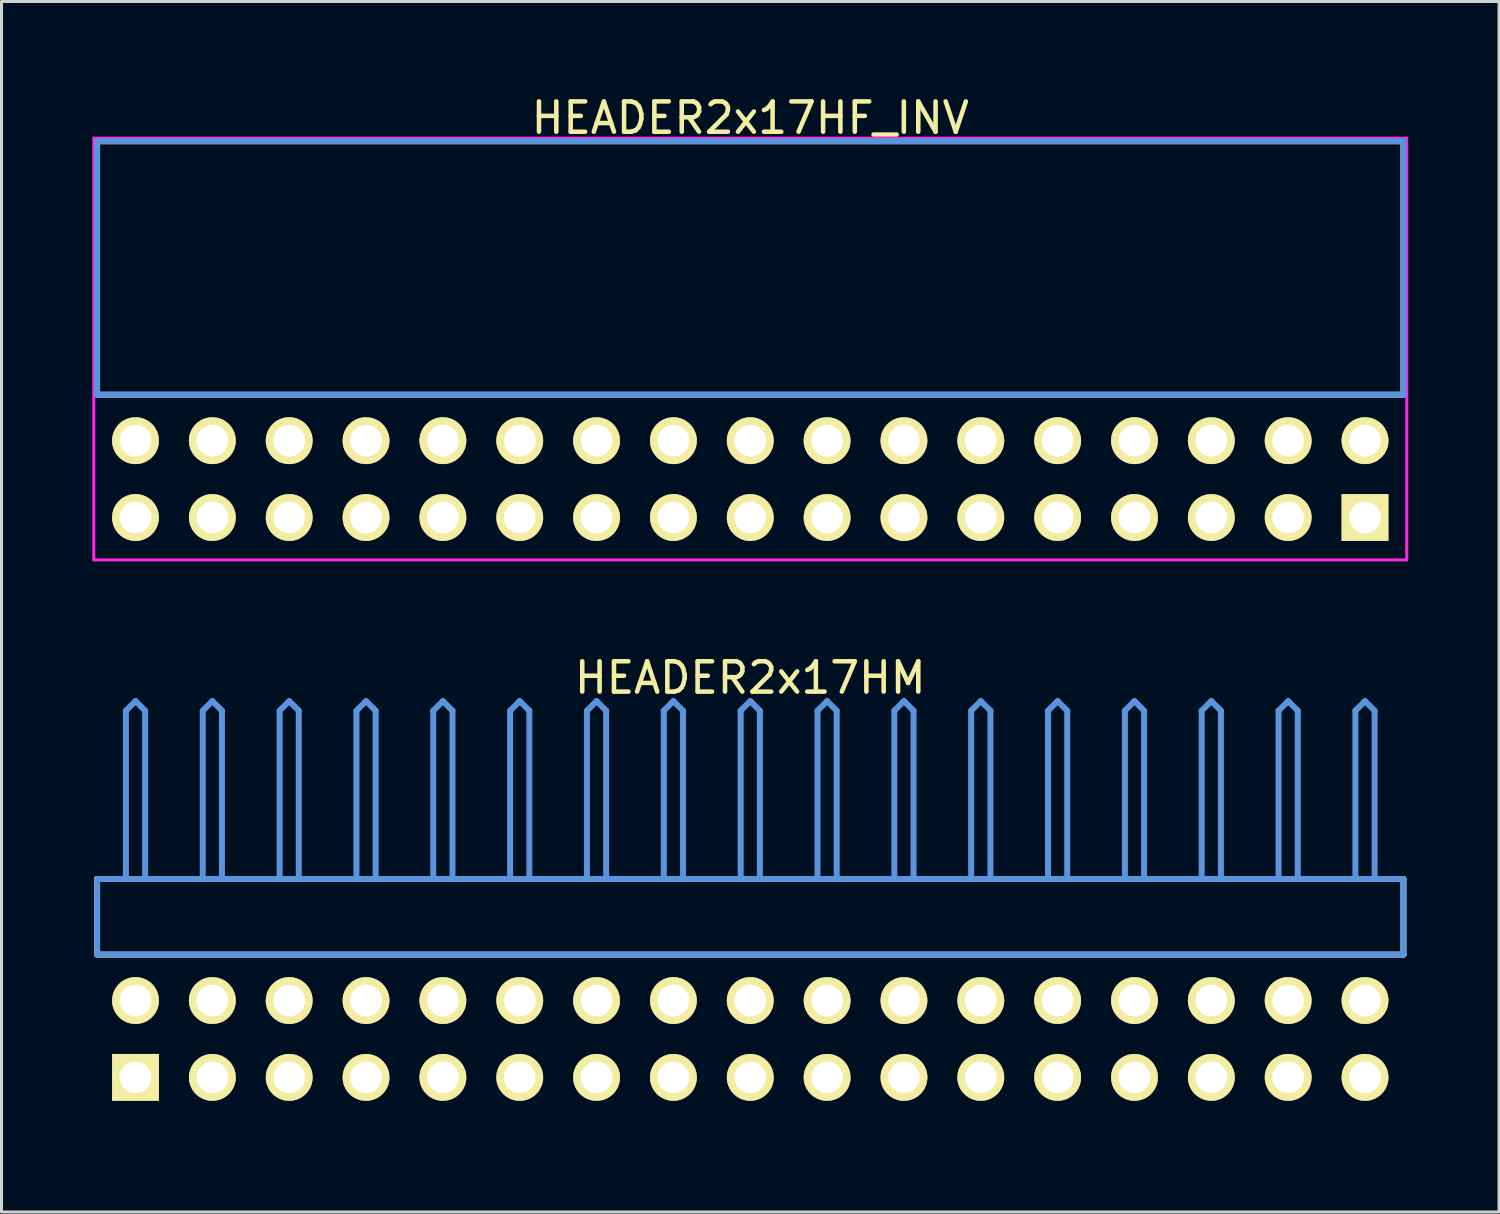
<source format=kicad_pcb>
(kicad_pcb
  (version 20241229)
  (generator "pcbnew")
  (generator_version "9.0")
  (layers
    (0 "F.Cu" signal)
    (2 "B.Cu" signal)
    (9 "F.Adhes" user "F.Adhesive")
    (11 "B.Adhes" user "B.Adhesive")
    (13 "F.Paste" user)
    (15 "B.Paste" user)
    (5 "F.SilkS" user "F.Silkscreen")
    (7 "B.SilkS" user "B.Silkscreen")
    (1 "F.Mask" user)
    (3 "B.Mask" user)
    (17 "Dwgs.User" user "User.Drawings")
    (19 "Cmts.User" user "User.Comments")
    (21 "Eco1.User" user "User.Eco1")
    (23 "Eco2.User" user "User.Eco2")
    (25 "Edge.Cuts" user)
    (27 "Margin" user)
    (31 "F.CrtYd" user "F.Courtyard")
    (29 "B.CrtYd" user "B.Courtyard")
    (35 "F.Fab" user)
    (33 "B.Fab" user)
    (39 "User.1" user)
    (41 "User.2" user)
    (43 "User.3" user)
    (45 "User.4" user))
  (footprint "HEADER2x17HM"
    (layer "F.Cu")
    (at 1.429 32.562)
    (property "Reference" "HEADER2x17HM" (at 20.32 -13.208 0) (layer "F.SilkS") (effects (font (size 1.001 1.001) (thickness 0.15))))
    (attr through_hole)
    (fp_line (start -1.27 -6.558) (end -1.27 -4.059) (stroke (width 0.198) (type solid)) (layer "F.SilkS"))
    (fp_line (start -1.27 -4.059) (end 41.91 -4.059) (stroke (width 0.198) (type solid)) (layer "F.SilkS"))
    (fp_line (start 41.91 -6.558) (end -1.27 -6.558) (stroke (width 0.198) (type solid)) (layer "F.SilkS"))
    (fp_line (start 41.91 -4.059) (end 41.91 -6.558) (stroke (width 0.198) (type solid)) (layer "F.SilkS"))
    (fp_line (start -1.27 -6.558) (end -1.27 -4.059) (stroke (width 0.198) (type solid)) (layer "Cmts.User"))
    (fp_line (start -1.27 -4.059) (end 41.91 -4.059) (stroke (width 0.198) (type solid)) (layer "Cmts.User"))
    (fp_line (start -0.318 -12.121) (end 0 -12.438) (stroke (width 0.198) (type solid)) (layer "Cmts.User"))
    (fp_line (start -0.318 -6.599) (end -0.318 -12.121) (stroke (width 0.198) (type solid)) (layer "Cmts.User"))
    (fp_line (start 0.318 -12.121) (end 0 -12.438) (stroke (width 0.198) (type solid)) (layer "Cmts.User"))
    (fp_line (start 0.318 -6.599) (end 0.318 -12.121) (stroke (width 0.198) (type solid)) (layer "Cmts.User"))
    (fp_line (start 2.223 -12.121) (end 2.54 -12.438) (stroke (width 0.198) (type solid)) (layer "Cmts.User"))
    (fp_line (start 2.223 -6.599) (end 2.223 -12.121) (stroke (width 0.198) (type solid)) (layer "Cmts.User"))
    (fp_line (start 2.857 -12.121) (end 2.54 -12.438) (stroke (width 0.198) (type solid)) (layer "Cmts.User"))
    (fp_line (start 2.857 -6.599) (end 2.857 -12.121) (stroke (width 0.198) (type solid)) (layer "Cmts.User"))
    (fp_line (start 4.763 -12.121) (end 5.08 -12.438) (stroke (width 0.198) (type solid)) (layer "Cmts.User"))
    (fp_line (start 4.763 -6.599) (end 4.763 -12.121) (stroke (width 0.198) (type solid)) (layer "Cmts.User"))
    (fp_line (start 5.397 -12.121) (end 5.08 -12.438) (stroke (width 0.198) (type solid)) (layer "Cmts.User"))
    (fp_line (start 5.397 -6.599) (end 5.397 -12.121) (stroke (width 0.198) (type solid)) (layer "Cmts.User"))
    (fp_line (start 7.303 -12.121) (end 7.62 -12.438) (stroke (width 0.198) (type solid)) (layer "Cmts.User"))
    (fp_line (start 7.303 -6.599) (end 7.303 -12.121) (stroke (width 0.198) (type solid)) (layer "Cmts.User"))
    (fp_line (start 7.938 -12.121) (end 7.62 -12.438) (stroke (width 0.198) (type solid)) (layer "Cmts.User"))
    (fp_line (start 7.938 -6.599) (end 7.938 -12.121) (stroke (width 0.198) (type solid)) (layer "Cmts.User"))
    (fp_line (start 9.842 -12.121) (end 10.16 -12.438) (stroke (width 0.198) (type solid)) (layer "Cmts.User"))
    (fp_line (start 9.842 -6.599) (end 9.842 -12.121) (stroke (width 0.198) (type solid)) (layer "Cmts.User"))
    (fp_line (start 10.477 -12.121) (end 10.16 -12.438) (stroke (width 0.198) (type solid)) (layer "Cmts.User"))
    (fp_line (start 10.477 -6.599) (end 10.477 -12.121) (stroke (width 0.198) (type solid)) (layer "Cmts.User"))
    (fp_line (start 12.383 -12.121) (end 12.7 -12.438) (stroke (width 0.198) (type solid)) (layer "Cmts.User"))
    (fp_line (start 12.383 -6.599) (end 12.383 -12.121) (stroke (width 0.198) (type solid)) (layer "Cmts.User"))
    (fp_line (start 13.018 -12.121) (end 12.7 -12.438) (stroke (width 0.198) (type solid)) (layer "Cmts.User"))
    (fp_line (start 13.018 -6.599) (end 13.018 -12.121) (stroke (width 0.198) (type solid)) (layer "Cmts.User"))
    (fp_line (start 14.922 -12.121) (end 15.24 -12.438) (stroke (width 0.198) (type solid)) (layer "Cmts.User"))
    (fp_line (start 14.922 -6.599) (end 14.922 -12.121) (stroke (width 0.198) (type solid)) (layer "Cmts.User"))
    (fp_line (start 15.557 -12.121) (end 15.24 -12.438) (stroke (width 0.198) (type solid)) (layer "Cmts.User"))
    (fp_line (start 15.557 -6.599) (end 15.557 -12.121) (stroke (width 0.198) (type solid)) (layer "Cmts.User"))
    (fp_line (start 17.462 -12.121) (end 17.78 -12.438) (stroke (width 0.198) (type solid)) (layer "Cmts.User"))
    (fp_line (start 17.462 -6.599) (end 17.462 -12.121) (stroke (width 0.198) (type solid)) (layer "Cmts.User"))
    (fp_line (start 18.098 -12.121) (end 17.78 -12.438) (stroke (width 0.198) (type solid)) (layer "Cmts.User"))
    (fp_line (start 18.098 -6.599) (end 18.098 -12.121) (stroke (width 0.198) (type solid)) (layer "Cmts.User"))
    (fp_line (start 20.003 -12.121) (end 20.32 -12.438) (stroke (width 0.198) (type solid)) (layer "Cmts.User"))
    (fp_line (start 20.003 -6.599) (end 20.003 -12.121) (stroke (width 0.198) (type solid)) (layer "Cmts.User"))
    (fp_line (start 20.637 -12.121) (end 20.32 -12.438) (stroke (width 0.198) (type solid)) (layer "Cmts.User"))
    (fp_line (start 20.637 -6.599) (end 20.637 -12.121) (stroke (width 0.198) (type solid)) (layer "Cmts.User"))
    (fp_line (start 22.543 -12.121) (end 22.86 -12.438) (stroke (width 0.198) (type solid)) (layer "Cmts.User"))
    (fp_line (start 22.543 -6.599) (end 22.543 -12.121) (stroke (width 0.198) (type solid)) (layer "Cmts.User"))
    (fp_line (start 23.177 -12.121) (end 22.86 -12.438) (stroke (width 0.198) (type solid)) (layer "Cmts.User"))
    (fp_line (start 23.177 -6.599) (end 23.177 -12.121) (stroke (width 0.198) (type solid)) (layer "Cmts.User"))
    (fp_line (start 25.082 -12.121) (end 25.4 -12.438) (stroke (width 0.198) (type solid)) (layer "Cmts.User"))
    (fp_line (start 25.082 -6.599) (end 25.082 -12.121) (stroke (width 0.198) (type solid)) (layer "Cmts.User"))
    (fp_line (start 25.718 -12.121) (end 25.4 -12.438) (stroke (width 0.198) (type solid)) (layer "Cmts.User"))
    (fp_line (start 25.718 -6.599) (end 25.718 -12.121) (stroke (width 0.198) (type solid)) (layer "Cmts.User"))
    (fp_line (start 27.622 -12.121) (end 27.94 -12.438) (stroke (width 0.198) (type solid)) (layer "Cmts.User"))
    (fp_line (start 27.622 -6.599) (end 27.622 -12.121) (stroke (width 0.198) (type solid)) (layer "Cmts.User"))
    (fp_line (start 28.258 -12.121) (end 27.94 -12.438) (stroke (width 0.198) (type solid)) (layer "Cmts.User"))
    (fp_line (start 28.258 -6.599) (end 28.258 -12.121) (stroke (width 0.198) (type solid)) (layer "Cmts.User"))
    (fp_line (start 30.163 -12.121) (end 30.48 -12.438) (stroke (width 0.198) (type solid)) (layer "Cmts.User"))
    (fp_line (start 30.163 -6.599) (end 30.163 -12.121) (stroke (width 0.198) (type solid)) (layer "Cmts.User"))
    (fp_line (start 30.797 -12.121) (end 30.48 -12.438) (stroke (width 0.198) (type solid)) (layer "Cmts.User"))
    (fp_line (start 30.797 -6.599) (end 30.797 -12.121) (stroke (width 0.198) (type solid)) (layer "Cmts.User"))
    (fp_line (start 32.703 -12.121) (end 33.02 -12.438) (stroke (width 0.198) (type solid)) (layer "Cmts.User"))
    (fp_line (start 32.703 -6.599) (end 32.703 -12.121) (stroke (width 0.198) (type solid)) (layer "Cmts.User"))
    (fp_line (start 33.337 -12.121) (end 33.02 -12.438) (stroke (width 0.198) (type solid)) (layer "Cmts.User"))
    (fp_line (start 33.337 -6.599) (end 33.337 -12.121) (stroke (width 0.198) (type solid)) (layer "Cmts.User"))
    (fp_line (start 35.242 -12.121) (end 35.56 -12.438) (stroke (width 0.198) (type solid)) (layer "Cmts.User"))
    (fp_line (start 35.242 -6.599) (end 35.242 -12.121) (stroke (width 0.198) (type solid)) (layer "Cmts.User"))
    (fp_line (start 35.877 -12.121) (end 35.56 -12.438) (stroke (width 0.198) (type solid)) (layer "Cmts.User"))
    (fp_line (start 35.877 -6.599) (end 35.877 -12.121) (stroke (width 0.198) (type solid)) (layer "Cmts.User"))
    (fp_line (start 37.782 -12.121) (end 38.1 -12.438) (stroke (width 0.198) (type solid)) (layer "Cmts.User"))
    (fp_line (start 37.782 -6.599) (end 37.782 -12.121) (stroke (width 0.198) (type solid)) (layer "Cmts.User"))
    (fp_line (start 38.417 -12.121) (end 38.1 -12.438) (stroke (width 0.198) (type solid)) (layer "Cmts.User"))
    (fp_line (start 38.417 -6.599) (end 38.417 -12.121) (stroke (width 0.198) (type solid)) (layer "Cmts.User"))
    (fp_line (start 40.322 -12.121) (end 40.64 -12.438) (stroke (width 0.198) (type solid)) (layer "Cmts.User"))
    (fp_line (start 40.322 -6.599) (end 40.322 -12.121) (stroke (width 0.198) (type solid)) (layer "Cmts.User"))
    (fp_line (start 40.958 -12.121) (end 40.64 -12.438) (stroke (width 0.198) (type solid)) (layer "Cmts.User"))
    (fp_line (start 40.958 -6.599) (end 40.958 -12.121) (stroke (width 0.198) (type solid)) (layer "Cmts.User"))
    (fp_line (start 41.91 -6.558) (end -1.27 -6.558) (stroke (width 0.198) (type solid)) (layer "Cmts.User"))
    (fp_line (start 41.91 -4.059) (end 41.91 -6.558) (stroke (width 0.198) (type solid)) (layer "Cmts.User"))
    (fp_line (start -1.379 -12.54) (end 42.019 -12.54) (stroke (width 0.099) (type solid)) (layer "Eco1.User"))
    (fp_line (start -1.379 1.4) (end -1.379 -12.54) (stroke (width 0.099) (type solid)) (layer "Eco1.User"))
    (fp_line (start 42.019 -12.54) (end 42.019 1.4) (stroke (width 0.099) (type solid)) (layer "Eco1.User"))
    (fp_line (start 42.019 1.4) (end -1.379 1.4) (stroke (width 0.099) (type solid)) (layer "Eco1.User"))
    (pad "1" thru_hole rect (at 0 0) (size 1.549 1.549) (drill 1.049) (layers "*.Cu" "*.Mask" "F.SilkS"))
    (pad "2" thru_hole circle (at 0 -2.54) (size 1.549 1.549) (drill 1.049) (layers "*.Cu" "*.Mask" "F.SilkS"))
    (pad "3" thru_hole circle (at 2.54 0) (size 1.549 1.549) (drill 1.049) (layers "*.Cu" "*.Mask" "F.SilkS"))
    (pad "4" thru_hole circle (at 2.54 -2.54) (size 1.549 1.549) (drill 1.049) (layers "*.Cu" "*.Mask" "F.SilkS"))
    (pad "5" thru_hole circle (at 5.08 0) (size 1.549 1.549) (drill 1.049) (layers "*.Cu" "*.Mask" "F.SilkS"))
    (pad "6" thru_hole circle (at 5.08 -2.54) (size 1.549 1.549) (drill 1.049) (layers "*.Cu" "*.Mask" "F.SilkS"))
    (pad "7" thru_hole circle (at 7.62 0) (size 1.549 1.549) (drill 1.049) (layers "*.Cu" "*.Mask" "F.SilkS"))
    (pad "8" thru_hole circle (at 7.62 -2.54) (size 1.549 1.549) (drill 1.049) (layers "*.Cu" "*.Mask" "F.SilkS"))
    (pad "9" thru_hole circle (at 10.16 0) (size 1.549 1.549) (drill 1.049) (layers "*.Cu" "*.Mask" "F.SilkS"))
    (pad "10" thru_hole circle (at 10.16 -2.54) (size 1.549 1.549) (drill 1.049) (layers "*.Cu" "*.Mask" "F.SilkS"))
    (pad "11" thru_hole circle (at 12.7 0) (size 1.549 1.549) (drill 1.049) (layers "*.Cu" "*.Mask" "F.SilkS"))
    (pad "12" thru_hole circle (at 12.7 -2.54) (size 1.549 1.549) (drill 1.049) (layers "*.Cu" "*.Mask" "F.SilkS"))
    (pad "13" thru_hole circle (at 15.24 0) (size 1.549 1.549) (drill 1.049) (layers "*.Cu" "*.Mask" "F.SilkS"))
    (pad "14" thru_hole circle (at 15.24 -2.54) (size 1.549 1.549) (drill 1.049) (layers "*.Cu" "*.Mask" "F.SilkS"))
    (pad "15" thru_hole circle (at 17.78 0) (size 1.549 1.549) (drill 1.049) (layers "*.Cu" "*.Mask" "F.SilkS"))
    (pad "16" thru_hole circle (at 17.78 -2.54) (size 1.549 1.549) (drill 1.049) (layers "*.Cu" "*.Mask" "F.SilkS"))
    (pad "17" thru_hole circle (at 20.32 0) (size 1.549 1.549) (drill 1.049) (layers "*.Cu" "*.Mask" "F.SilkS"))
    (pad "18" thru_hole circle (at 20.32 -2.54) (size 1.549 1.549) (drill 1.049) (layers "*.Cu" "*.Mask" "F.SilkS"))
    (pad "19" thru_hole circle (at 22.86 0) (size 1.549 1.549) (drill 1.049) (layers "*.Cu" "*.Mask" "F.SilkS"))
    (pad "20" thru_hole circle (at 22.86 -2.54) (size 1.549 1.549) (drill 1.049) (layers "*.Cu" "*.Mask" "F.SilkS"))
    (pad "21" thru_hole circle (at 25.4 0) (size 1.549 1.549) (drill 1.049) (layers "*.Cu" "*.Mask" "F.SilkS"))
    (pad "22" thru_hole circle (at 25.4 -2.54) (size 1.549 1.549) (drill 1.049) (layers "*.Cu" "*.Mask" "F.SilkS"))
    (pad "23" thru_hole circle (at 27.94 0) (size 1.549 1.549) (drill 1.049) (layers "*.Cu" "*.Mask" "F.SilkS"))
    (pad "24" thru_hole circle (at 27.94 -2.54) (size 1.549 1.549) (drill 1.049) (layers "*.Cu" "*.Mask" "F.SilkS"))
    (pad "25" thru_hole circle (at 30.48 0) (size 1.549 1.549) (drill 1.049) (layers "*.Cu" "*.Mask" "F.SilkS"))
    (pad "26" thru_hole circle (at 30.48 -2.54) (size 1.549 1.549) (drill 1.049) (layers "*.Cu" "*.Mask" "F.SilkS"))
    (pad "27" thru_hole circle (at 33.02 0) (size 1.549 1.549) (drill 1.049) (layers "*.Cu" "*.Mask" "F.SilkS"))
    (pad "28" thru_hole circle (at 33.02 -2.54) (size 1.549 1.549) (drill 1.049) (layers "*.Cu" "*.Mask" "F.SilkS"))
    (pad "29" thru_hole circle (at 35.56 0) (size 1.549 1.549) (drill 1.049) (layers "*.Cu" "*.Mask" "F.SilkS"))
    (pad "30" thru_hole circle (at 35.56 -2.54) (size 1.549 1.549) (drill 1.049) (layers "*.Cu" "*.Mask" "F.SilkS"))
    (pad "31" thru_hole circle (at 38.1 0) (size 1.549 1.549) (drill 1.049) (layers "*.Cu" "*.Mask" "F.SilkS"))
    (pad "32" thru_hole circle (at 38.1 -2.54) (size 1.549 1.549) (drill 1.049) (layers "*.Cu" "*.Mask" "F.SilkS"))
    (pad "33" thru_hole circle (at 40.64 0) (size 1.549 1.549) (drill 1.049) (layers "*.Cu" "*.Mask" "F.SilkS"))
    (pad "34" thru_hole circle (at 40.64 -2.54) (size 1.549 1.549) (drill 1.049) (layers "*.Cu" "*.Mask" "F.SilkS")))
  (footprint "HEADER2x17HF_INV"
    (layer "F.Cu")
    (at 1.429 14.056)
    (property "Reference" "HEADER2x17HF_INV" (at 20.32 -13.208 0) (layer "F.SilkS") (effects (font (size 1.001 1.001) (thickness 0.15))))
    (attr through_hole)
    (fp_line (start -1.27 -12.438) (end -1.27 -4.059) (stroke (width 0.198) (type solid)) (layer "F.SilkS"))
    (fp_line (start -1.27 -4.059) (end 41.91 -4.059) (stroke (width 0.198) (type solid)) (layer "F.SilkS"))
    (fp_line (start 41.91 -12.438) (end -1.27 -12.438) (stroke (width 0.198) (type solid)) (layer "F.SilkS"))
    (fp_line (start 41.91 -4.059) (end 41.91 -12.438) (stroke (width 0.198) (type solid)) (layer "F.SilkS"))
    (fp_line (start -1.27 -12.438) (end -1.27 -4.059) (stroke (width 0.198) (type solid)) (layer "Cmts.User"))
    (fp_line (start -1.27 -4.059) (end 41.91 -4.059) (stroke (width 0.198) (type solid)) (layer "Cmts.User"))
    (fp_line (start 41.91 -12.438) (end -1.27 -12.438) (stroke (width 0.198) (type solid)) (layer "Cmts.User"))
    (fp_line (start 41.91 -4.059) (end 41.91 -12.438) (stroke (width 0.198) (type solid)) (layer "Cmts.User"))
    (fp_line (start -1.379 -12.54) (end 42.019 -12.54) (stroke (width 0.099) (type solid)) (layer "F.CrtYd"))
    (fp_line (start -1.379 1.4) (end -1.379 -12.54) (stroke (width 0.099) (type solid)) (layer "F.CrtYd"))
    (fp_line (start 42.019 -12.54) (end 42.019 1.4) (stroke (width 0.099) (type solid)) (layer "F.CrtYd"))
    (fp_line (start 42.019 1.4) (end -1.379 1.4) (stroke (width 0.099) (type solid)) (layer "F.CrtYd"))
    (pad "1" thru_hole rect (at 40.64 0) (size 1.549 1.549) (drill 1.049) (layers "*.Cu" "*.Mask" "F.SilkS"))
    (pad "2" thru_hole circle (at 40.64 -2.54) (size 1.549 1.549) (drill 1.049) (layers "*.Cu" "*.Mask" "F.SilkS"))
    (pad "3" thru_hole circle (at 38.1 0) (size 1.549 1.549) (drill 1.049) (layers "*.Cu" "*.Mask" "F.SilkS"))
    (pad "4" thru_hole circle (at 38.1 -2.54) (size 1.549 1.549) (drill 1.049) (layers "*.Cu" "*.Mask" "F.SilkS"))
    (pad "5" thru_hole circle (at 35.56 0) (size 1.549 1.549) (drill 1.049) (layers "*.Cu" "*.Mask" "F.SilkS"))
    (pad "6" thru_hole circle (at 35.56 -2.54) (size 1.549 1.549) (drill 1.049) (layers "*.Cu" "*.Mask" "F.SilkS"))
    (pad "7" thru_hole circle (at 33.02 0) (size 1.549 1.549) (drill 1.049) (layers "*.Cu" "*.Mask" "F.SilkS"))
    (pad "8" thru_hole circle (at 33.02 -2.54) (size 1.549 1.549) (drill 1.049) (layers "*.Cu" "*.Mask" "F.SilkS"))
    (pad "9" thru_hole circle (at 30.48 0) (size 1.549 1.549) (drill 1.049) (layers "*.Cu" "*.Mask" "F.SilkS"))
    (pad "10" thru_hole circle (at 30.48 -2.54) (size 1.549 1.549) (drill 1.049) (layers "*.Cu" "*.Mask" "F.SilkS"))
    (pad "11" thru_hole circle (at 27.94 0) (size 1.549 1.549) (drill 1.049) (layers "*.Cu" "*.Mask" "F.SilkS"))
    (pad "12" thru_hole circle (at 27.94 -2.54) (size 1.549 1.549) (drill 1.049) (layers "*.Cu" "*.Mask" "F.SilkS"))
    (pad "13" thru_hole circle (at 25.4 0) (size 1.549 1.549) (drill 1.049) (layers "*.Cu" "*.Mask" "F.SilkS"))
    (pad "14" thru_hole circle (at 25.4 -2.54) (size 1.549 1.549) (drill 1.049) (layers "*.Cu" "*.Mask" "F.SilkS"))
    (pad "15" thru_hole circle (at 22.86 0) (size 1.549 1.549) (drill 1.049) (layers "*.Cu" "*.Mask" "F.SilkS"))
    (pad "16" thru_hole circle (at 22.86 -2.54) (size 1.549 1.549) (drill 1.049) (layers "*.Cu" "*.Mask" "F.SilkS"))
    (pad "17" thru_hole circle (at 20.32 0) (size 1.549 1.549) (drill 1.049) (layers "*.Cu" "*.Mask" "F.SilkS"))
    (pad "18" thru_hole circle (at 20.32 -2.54) (size 1.549 1.549) (drill 1.049) (layers "*.Cu" "*.Mask" "F.SilkS"))
    (pad "19" thru_hole circle (at 17.78 0) (size 1.549 1.549) (drill 1.049) (layers "*.Cu" "*.Mask" "F.SilkS"))
    (pad "20" thru_hole circle (at 17.78 -2.54) (size 1.549 1.549) (drill 1.049) (layers "*.Cu" "*.Mask" "F.SilkS"))
    (pad "21" thru_hole circle (at 15.24 0) (size 1.549 1.549) (drill 1.049) (layers "*.Cu" "*.Mask" "F.SilkS"))
    (pad "22" thru_hole circle (at 15.24 -2.54) (size 1.549 1.549) (drill 1.049) (layers "*.Cu" "*.Mask" "F.SilkS"))
    (pad "23" thru_hole circle (at 12.7 0) (size 1.549 1.549) (drill 1.049) (layers "*.Cu" "*.Mask" "F.SilkS"))
    (pad "24" thru_hole circle (at 12.7 -2.54) (size 1.549 1.549) (drill 1.049) (layers "*.Cu" "*.Mask" "F.SilkS"))
    (pad "25" thru_hole circle (at 10.16 0) (size 1.549 1.549) (drill 1.049) (layers "*.Cu" "*.Mask" "F.SilkS"))
    (pad "26" thru_hole circle (at 10.16 -2.54) (size 1.549 1.549) (drill 1.049) (layers "*.Cu" "*.Mask" "F.SilkS"))
    (pad "27" thru_hole circle (at 7.62 0) (size 1.549 1.549) (drill 1.049) (layers "*.Cu" "*.Mask" "F.SilkS"))
    (pad "28" thru_hole circle (at 7.62 -2.54) (size 1.549 1.549) (drill 1.049) (layers "*.Cu" "*.Mask" "F.SilkS"))
    (pad "29" thru_hole circle (at 5.08 0) (size 1.549 1.549) (drill 1.049) (layers "*.Cu" "*.Mask" "F.SilkS"))
    (pad "30" thru_hole circle (at 5.08 -2.54) (size 1.549 1.549) (drill 1.049) (layers "*.Cu" "*.Mask" "F.SilkS"))
    (pad "31" thru_hole circle (at 2.54 0) (size 1.549 1.549) (drill 1.049) (layers "*.Cu" "*.Mask" "F.SilkS"))
    (pad "32" thru_hole circle (at 2.54 -2.54) (size 1.549 1.549) (drill 1.049) (layers "*.Cu" "*.Mask" "F.SilkS"))
    (pad "33" thru_hole circle (at 0 0) (size 1.549 1.549) (drill 1.049) (layers "*.Cu" "*.Mask" "F.SilkS"))
    (pad "34" thru_hole circle (at 0 -2.54) (size 1.549 1.549) (drill 1.049) (layers "*.Cu" "*.Mask" "F.SilkS")))
  (gr_rect
    (start -3 -3)
    (end 46.498 37.011)
    (stroke (width 0.1) (type default))
    (fill no)
    (layer "Edge.Cuts")))
</source>
